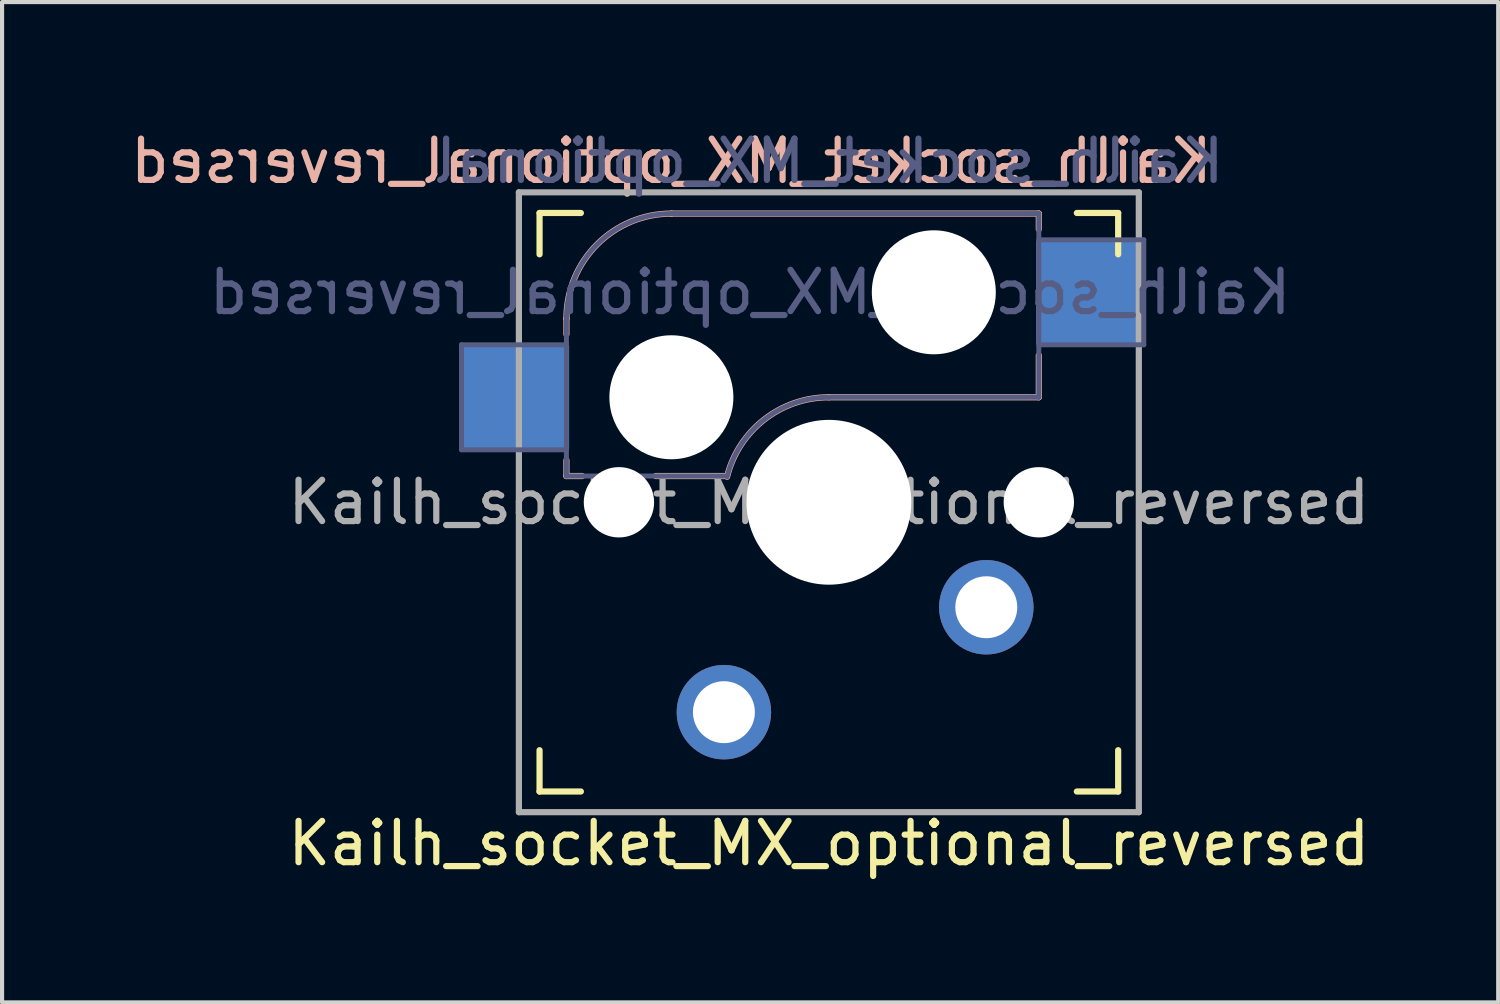
<source format=kicad_pcb>
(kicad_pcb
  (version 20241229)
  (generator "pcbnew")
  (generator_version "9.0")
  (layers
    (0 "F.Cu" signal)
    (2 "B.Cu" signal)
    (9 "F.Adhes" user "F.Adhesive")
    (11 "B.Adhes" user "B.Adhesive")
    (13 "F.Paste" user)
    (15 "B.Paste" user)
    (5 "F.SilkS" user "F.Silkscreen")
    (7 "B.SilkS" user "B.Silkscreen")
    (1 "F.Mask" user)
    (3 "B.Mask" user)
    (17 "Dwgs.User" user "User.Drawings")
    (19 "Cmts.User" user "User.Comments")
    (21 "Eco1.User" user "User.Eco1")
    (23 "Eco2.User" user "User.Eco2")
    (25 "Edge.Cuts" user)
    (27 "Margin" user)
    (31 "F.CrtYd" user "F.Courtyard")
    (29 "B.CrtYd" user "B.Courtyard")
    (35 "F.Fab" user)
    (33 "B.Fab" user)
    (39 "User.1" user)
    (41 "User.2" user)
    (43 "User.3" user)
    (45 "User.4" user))
  (footprint "Kailh_socket_MX_optional_reversed"
    (layer "F.Cu")
    (at 19.574 4.001)
    (property "Reference" "Kailh_socket_MX_optional_reversed" (at -2.567 13.357 180) (layer "F.SilkS") (effects (font (size 1 1) (thickness 0.15))))
    (property "Value" "Kailh_socket_MX_optional" (at -2.567 -3.152 180) (layer "F.Fab") (hide yes) (effects (font (size 1 1) (thickness 0.15))))
    (attr through_hole)
    (fp_line (start -9.568 -0.897) (end -9.568 -1.897) (stroke (width 0.15) (type solid)) (layer "F.SilkS"))
    (fp_line (start -9.568 12.102) (end -9.568 11.102) (stroke (width 0.15) (type solid)) (layer "F.SilkS"))
    (fp_line (start -9.568 12.102) (end -8.568 12.102) (stroke (width 0.15) (type solid)) (layer "F.SilkS"))
    (fp_line (start -8.568 -1.897) (end -9.568 -1.897) (stroke (width 0.15) (type solid)) (layer "F.SilkS"))
    (fp_line (start 3.433 12.102) (end 4.433 12.102) (stroke (width 0.15) (type solid)) (layer "F.SilkS"))
    (fp_line (start 4.433 -1.897) (end 3.433 -1.897) (stroke (width 0.15) (type solid)) (layer "F.SilkS"))
    (fp_line (start 4.433 -1.897) (end 4.433 -0.897) (stroke (width 0.15) (type solid)) (layer "F.SilkS"))
    (fp_line (start 4.433 11.102) (end 4.433 12.102) (stroke (width 0.15) (type solid)) (layer "F.SilkS"))
    (fp_line (start -8.918 0.657) (end -8.918 1.038) (stroke (width 0.15) (type solid)) (layer "B.SilkS"))
    (fp_line (start -8.918 4.087) (end -8.918 4.468) (stroke (width 0.15) (type solid)) (layer "B.SilkS"))
    (fp_line (start -8.918 4.468) (end -8.537 4.468) (stroke (width 0.15) (type solid)) (layer "B.SilkS"))
    (fp_line (start -6.758 4.468) (end -5.107 4.468) (stroke (width 0.15) (type solid)) (layer "B.SilkS"))
    (fp_line (start -2.567 2.562) (end 2.513 2.562) (stroke (width 0.15) (type solid)) (layer "B.SilkS"))
    (fp_line (start 2.513 -1.883) (end -6.378 -1.883) (stroke (width 0.15) (type solid)) (layer "B.SilkS"))
    (fp_line (start 2.513 -1.502) (end 2.513 -1.883) (stroke (width 0.15) (type solid)) (layer "B.SilkS"))
    (fp_line (start 2.513 2.562) (end 2.513 1.546) (stroke (width 0.15) (type solid)) (layer "B.SilkS"))
    (fp_arc (start -8.9175 0.6575) (mid -8.173551 -1.138551) (end -6.3775 -1.8825) (stroke (width 0.15) (type solid)) (layer "B.SilkS"))
    (fp_arc (start -5.031662 4.48646) (mid -4.130647 3.100458) (end -2.5675 2.5625) (stroke (width 0.15) (type solid)) (layer "B.SilkS"))
    (fp_line (start -9.467 12.002) (end -9.467 -1.798) (stroke (width 0.15) (type solid)) (layer "Eco2.User"))
    (fp_line (start -9.467 12.002) (end 4.332 12.002) (stroke (width 0.15) (type solid)) (layer "Eco2.User"))
    (fp_line (start 4.332 -1.798) (end -9.467 -1.798) (stroke (width 0.15) (type solid)) (layer "Eco2.User"))
    (fp_line (start 4.332 -1.798) (end 4.332 12.002) (stroke (width 0.15) (type solid)) (layer "Eco2.User"))
    (fp_line (start -11.457 1.292) (end -11.457 3.833) (stroke (width 0.12) (type solid)) (layer "B.Fab"))
    (fp_line (start -11.457 3.833) (end -8.918 3.833) (stroke (width 0.12) (type solid)) (layer "B.Fab"))
    (fp_line (start -8.918 0.657) (end -8.918 4.468) (stroke (width 0.12) (type solid)) (layer "B.Fab"))
    (fp_line (start -8.918 1.292) (end -11.457 1.292) (stroke (width 0.12) (type solid)) (layer "B.Fab"))
    (fp_line (start -8.918 4.468) (end -5.107 4.468) (stroke (width 0.12) (type solid)) (layer "B.Fab"))
    (fp_line (start -2.567 2.562) (end 2.513 2.562) (stroke (width 0.12) (type solid)) (layer "B.Fab"))
    (fp_line (start 2.513 -1.883) (end -6.378 -1.883) (stroke (width 0.12) (type solid)) (layer "B.Fab"))
    (fp_line (start 2.513 1.292) (end 5.053 1.292) (stroke (width 0.12) (type solid)) (layer "B.Fab"))
    (fp_line (start 2.513 2.562) (end 2.513 -1.883) (stroke (width 0.12) (type solid)) (layer "B.Fab"))
    (fp_line (start 5.053 -1.248) (end 2.513 -1.248) (stroke (width 0.12) (type solid)) (layer "B.Fab"))
    (fp_line (start 5.053 1.292) (end 5.053 -1.248) (stroke (width 0.12) (type solid)) (layer "B.Fab"))
    (fp_arc (start -8.9175 0.6575) (mid -8.173551 -1.138551) (end -6.3775 -1.8825) (stroke (width 0.12) (type solid)) (layer "B.Fab"))
    (fp_arc (start -5.031662 4.48646) (mid -4.130647 3.100458) (end -2.5675 2.5625) (stroke (width 0.12) (type solid)) (layer "B.Fab"))
    (fp_line (start -10.068 -2.397) (end 4.933 -2.397) (stroke (width 0.15) (type solid)) (layer "F.Fab"))
    (fp_line (start -10.068 12.602) (end -10.068 -2.397) (stroke (width 0.15) (type solid)) (layer "F.Fab"))
    (fp_line (start 4.933 -2.397) (end 4.933 12.602) (stroke (width 0.15) (type solid)) (layer "F.Fab"))
    (fp_line (start 4.933 12.602) (end -10.068 12.602) (stroke (width 0.15) (type solid)) (layer "F.Fab"))
    (fp_text user "${REFERENCE}" (at -6.378 -3.152 180) (layer "B.SilkS") (effects (font (size 1 1) (thickness 0.15)) (justify mirror)))
    (fp_text user "${REFERENCE}" (at -4.473 0.022 180) (layer "B.Fab") (effects (font (size 1 1) (thickness 0.15)) (justify mirror)))
    (fp_text user "${VALUE}" (at -2.567 -3.152 180) (layer "B.Fab") (effects (font (size 1 1) (thickness 0.15)) (justify mirror)))
    (fp_text user "${REFERENCE}" (at -2.567 5.103 180) (layer "F.Fab") (effects (font (size 1 1) (thickness 0.15))))
    (pad "" np_thru_hole circle (at -7.647 5.103 180) (size 1.702 1.702) (drill 1.702) (layers "*.Cu" "*.Mask"))
    (pad "" np_thru_hole circle (at -6.378 2.562 180) (size 3 3) (drill 3) (layers "*.Cu" "*.Mask"))
    (pad "" np_thru_hole circle (at -2.567 5.103 180) (size 3.988 3.988) (drill 3.988) (layers "*.Cu" "*.Mask"))
    (pad "" np_thru_hole circle (at -0.028 0.022 180) (size 3 3) (drill 3) (layers "*.Cu" "*.Mask"))
    (pad "" np_thru_hole circle (at 2.513 5.103 180) (size 1.702 1.702) (drill 1.702) (layers "*.Cu" "*.Mask"))
    (pad "1" thru_hole circle (at -5.107 10.182 180) (size 2.286 2.286) (drill 1.499) (layers "*.Cu" "*.Mask"))
    (pad "1" smd rect (at 3.723 0.022 180) (size 2.55 2.5) (layers "B.Cu" "B.Mask" "B.Paste"))
    (pad "2" smd rect (at -10.127 2.562 180) (size 2.55 2.5) (layers "B.Cu" "B.Mask" "B.Paste"))
    (pad "2" thru_hole circle (at 1.242 7.643 180) (size 2.286 2.286) (drill 1.499) (layers "*.Cu" "*.Mask")))
  (gr_rect
    (start -3 -3)
    (end 33.203 21.206)
    (stroke (width 0.1) (type default))
    (fill no)
    (layer "Edge.Cuts")))
</source>
